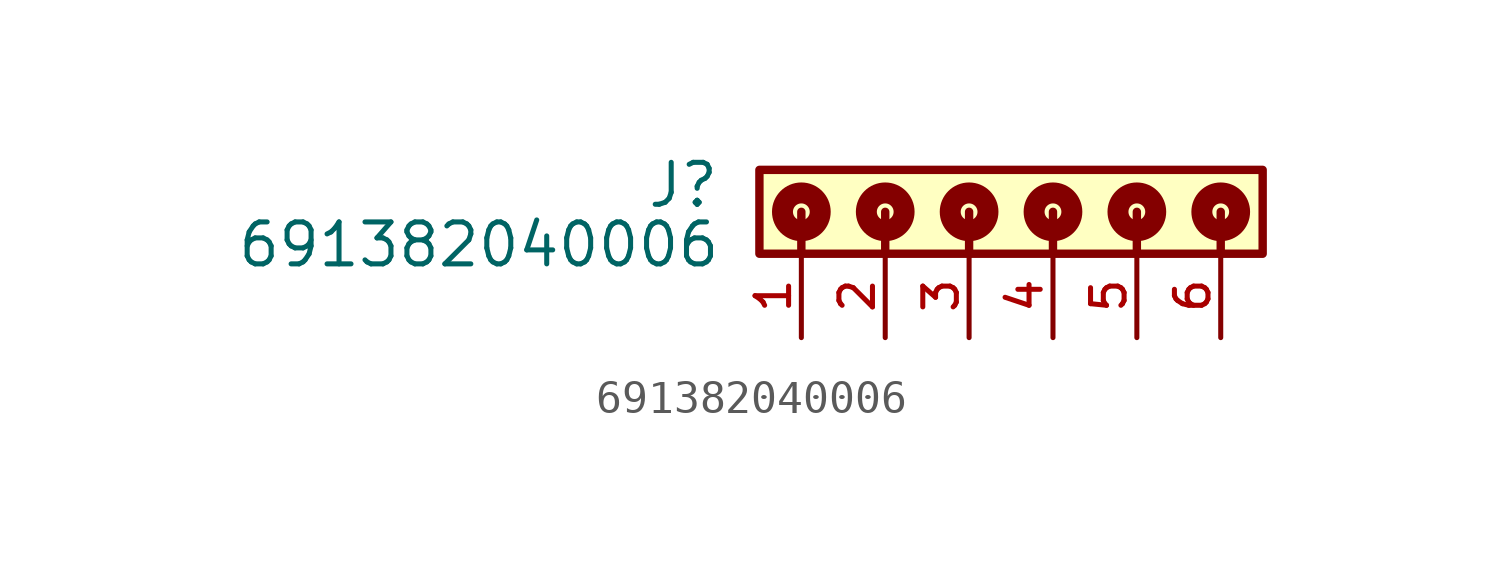
<source format=kicad_sym>
(kicad_symbol_lib
  (version 20211014)
  (generator kicad_symbol_editor)
  (symbol "691382040006"
    (pin_names
      (offset 1.016))
    (property "Reference" "J"
      (at -7.53 -1.205 0)
      (effects (font (size 1.27 1.27)) (justify bottom right)))
    (property "Value" "691382040006"
      (at -7.49 -3.01 0)
      (effects (font (size 1.27 1.27)) (justify bottom right)))
    (symbol "691382040006_0_0"
      (polyline (pts (xy -5.08 -1.27) (xy -5.08 -2.54)) (stroke (width 0.254)))
      (polyline (pts (xy -2.54 -1.27) (xy -2.54 -2.54)) (stroke (width 0.254)))
      (polyline (pts (xy 0.0 -1.27) (xy 0.0 -2.54)) (stroke (width 0.254)))
      (polyline (pts (xy 2.54 -1.27) (xy 2.54 -2.54)) (stroke (width 0.254)))
      (polyline (pts (xy 5.08 -1.27) (xy 5.08 -2.54)) (stroke (width 0.254)))
      (polyline (pts (xy 7.62 -1.27) (xy 7.62 -2.54)) (stroke (width 0.254)))
      (circle (center -5.08 -1.27) (radius 0.254) (stroke (width 0.635)) (fill (type none)))
      (circle (center -2.54 -1.27) (radius 0.254) (stroke (width 0.635)) (fill (type none)))
      (circle (center 0.0 -1.27) (radius 0.254) (stroke (width 0.635)) (fill (type none)))
      (circle (center 2.54 -1.27) (radius 0.254) (stroke (width 0.635)) (fill (type none)))
      (circle (center 5.08 -1.27) (radius 0.254) (stroke (width 0.635)) (fill (type none)))
      (circle (center 7.62 -1.27) (radius 0.254) (stroke (width 0.635)) (fill (type none)))
      (rectangle (start -6.35 -2.54) (end 8.89 0.0) (stroke (width 0.254)) (fill (type background)))
      (pin passive line (at -5.08 -5.08 90.0) (length 2.54) (name "~" (effects (font (size 1.016 1.016)))) (number "1" (effects (font (size 1.016 1.016)))))
      (pin passive line (at -2.54 -5.08 90.0) (length 2.54) (name "~" (effects (font (size 1.016 1.016)))) (number "2" (effects (font (size 1.016 1.016)))))
      (pin passive line (at 0.0 -5.08 90.0) (length 2.54) (name "~" (effects (font (size 1.016 1.016)))) (number "3" (effects (font (size 1.016 1.016)))))
      (pin passive line (at 2.54 -5.08 90.0) (length 2.54) (name "~" (effects (font (size 1.016 1.016)))) (number "4" (effects (font (size 1.016 1.016)))))
      (pin passive line (at 5.08 -5.08 90.0) (length 2.54) (name "~" (effects (font (size 1.016 1.016)))) (number "5" (effects (font (size 1.016 1.016)))))
      (pin passive line (at 7.62 -5.08 90.0) (length 2.54) (name "~" (effects (font (size 1.016 1.016)))) (number "6" (effects (font (size 1.016 1.016))))))))
</source>
